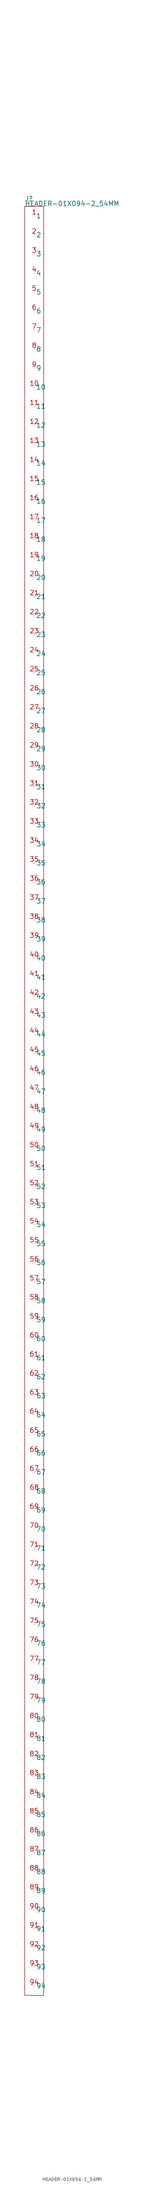
<source format=kicad_sym>
(kicad_symbol_lib
  (version 20211014)
  (generator kicad_symbol_editor)
  (symbol "HEADER-01X094-2_54MM"
    (pin_names)
    (property "Reference" "J"
      (at -2.54 240.03 0)
      (effects (font (size 1.27 1.27)) (justify left bottom)))
    (property "Value" "HEADER-01X094-2_54MM"
      (at -2.54 238.76 0)
      (effects (font (size 1.27 1.27)) (justify left bottom)))
    (property "Datasheet" ""
      (at 0 0 0))
    (property "ki_description" "Header 1x94  - Header Vertical 94POS 2.54MM Technical Specifications: Pitch: 0.1\" (2.54mm) "
      (at 0 0 0))
    (property "ki_fp_filters" "FlashPCB_Connectors:HEADER-THT-01X094-2_54MM FlashPCB_Connectors:HEADER-THT-LONG-01X094-2_54MM FlashPCB_Connectors:HEADER-THT-NOSILK-01X094-2_54MM FlashPCB_Connectors:HEADER-THT-LONG-NOSILK-01X094-2_54MM"
      (at 0 0 0))
    (symbol "HEADER-01X094-2_54MM_1_1"
      (polyline (pts (xy -2.54 238.76) (xy 2.54 238.76)) (stroke (width 0.127)) (fill (type none)))
      (polyline (pts (xy 2.54 238.76) (xy 2.54 -238.76)) (stroke (width 0.127)) (fill (type none)))
      (polyline (pts (xy 2.54 -238.76) (xy -2.54 -238.76)) (stroke (width 0.127)) (fill (type none)))
      (polyline (pts (xy -2.54 -238.76) (xy -2.54 238.76)) (stroke (width 0.127)) (fill (type none)))
      (pin bidirectional line (at 0 236.22 0) (length 0) (name "1" (effects (font (size 1.27 1.27)))) (number "1" (effects (font (size 1.27 1.27)))))
      (pin bidirectional line (at 0 231.14 0) (length 0) (name "2" (effects (font (size 1.27 1.27)))) (number "2" (effects (font (size 1.27 1.27)))))
      (pin bidirectional line (at 0 226.06 0) (length 0) (name "3" (effects (font (size 1.27 1.27)))) (number "3" (effects (font (size 1.27 1.27)))))
      (pin bidirectional line (at 0 220.98 0) (length 0) (name "4" (effects (font (size 1.27 1.27)))) (number "4" (effects (font (size 1.27 1.27)))))
      (pin bidirectional line (at 0 215.9 0) (length 0) (name "5" (effects (font (size 1.27 1.27)))) (number "5" (effects (font (size 1.27 1.27)))))
      (pin bidirectional line (at 0 210.82 0) (length 0) (name "6" (effects (font (size 1.27 1.27)))) (number "6" (effects (font (size 1.27 1.27)))))
      (pin bidirectional line (at 0 205.74 0) (length 0) (name "7" (effects (font (size 1.27 1.27)))) (number "7" (effects (font (size 1.27 1.27)))))
      (pin bidirectional line (at 0 200.66 0) (length 0) (name "8" (effects (font (size 1.27 1.27)))) (number "8" (effects (font (size 1.27 1.27)))))
      (pin bidirectional line (at 0 195.58 0) (length 0) (name "9" (effects (font (size 1.27 1.27)))) (number "9" (effects (font (size 1.27 1.27)))))
      (pin bidirectional line (at 0 190.5 0) (length 0) (name "10" (effects (font (size 1.27 1.27)))) (number "10" (effects (font (size 1.27 1.27)))))
      (pin bidirectional line (at 0 185.42 0) (length 0) (name "11" (effects (font (size 1.27 1.27)))) (number "11" (effects (font (size 1.27 1.27)))))
      (pin bidirectional line (at 0 180.34 0) (length 0) (name "12" (effects (font (size 1.27 1.27)))) (number "12" (effects (font (size 1.27 1.27)))))
      (pin bidirectional line (at 0 175.26 0) (length 0) (name "13" (effects (font (size 1.27 1.27)))) (number "13" (effects (font (size 1.27 1.27)))))
      (pin bidirectional line (at 0 170.18 0) (length 0) (name "14" (effects (font (size 1.27 1.27)))) (number "14" (effects (font (size 1.27 1.27)))))
      (pin bidirectional line (at 0 165.1 0) (length 0) (name "15" (effects (font (size 1.27 1.27)))) (number "15" (effects (font (size 1.27 1.27)))))
      (pin bidirectional line (at 0 160.02 0) (length 0) (name "16" (effects (font (size 1.27 1.27)))) (number "16" (effects (font (size 1.27 1.27)))))
      (pin bidirectional line (at 0 154.94 0) (length 0) (name "17" (effects (font (size 1.27 1.27)))) (number "17" (effects (font (size 1.27 1.27)))))
      (pin bidirectional line (at 0 149.86 0) (length 0) (name "18" (effects (font (size 1.27 1.27)))) (number "18" (effects (font (size 1.27 1.27)))))
      (pin bidirectional line (at 0 144.78 0) (length 0) (name "19" (effects (font (size 1.27 1.27)))) (number "19" (effects (font (size 1.27 1.27)))))
      (pin bidirectional line (at 0 139.7 0) (length 0) (name "20" (effects (font (size 1.27 1.27)))) (number "20" (effects (font (size 1.27 1.27)))))
      (pin bidirectional line (at 0 134.62 0) (length 0) (name "21" (effects (font (size 1.27 1.27)))) (number "21" (effects (font (size 1.27 1.27)))))
      (pin bidirectional line (at 0 129.54 0) (length 0) (name "22" (effects (font (size 1.27 1.27)))) (number "22" (effects (font (size 1.27 1.27)))))
      (pin bidirectional line (at 0 124.46 0) (length 0) (name "23" (effects (font (size 1.27 1.27)))) (number "23" (effects (font (size 1.27 1.27)))))
      (pin bidirectional line (at 0 119.38 0) (length 0) (name "24" (effects (font (size 1.27 1.27)))) (number "24" (effects (font (size 1.27 1.27)))))
      (pin bidirectional line (at 0 114.3 0) (length 0) (name "25" (effects (font (size 1.27 1.27)))) (number "25" (effects (font (size 1.27 1.27)))))
      (pin bidirectional line (at 0 109.22 0) (length 0) (name "26" (effects (font (size 1.27 1.27)))) (number "26" (effects (font (size 1.27 1.27)))))
      (pin bidirectional line (at 0 104.14 0) (length 0) (name "27" (effects (font (size 1.27 1.27)))) (number "27" (effects (font (size 1.27 1.27)))))
      (pin bidirectional line (at 0 99.06 0) (length 0) (name "28" (effects (font (size 1.27 1.27)))) (number "28" (effects (font (size 1.27 1.27)))))
      (pin bidirectional line (at 0 93.98 0) (length 0) (name "29" (effects (font (size 1.27 1.27)))) (number "29" (effects (font (size 1.27 1.27)))))
      (pin bidirectional line (at 0 88.9 0) (length 0) (name "30" (effects (font (size 1.27 1.27)))) (number "30" (effects (font (size 1.27 1.27)))))
      (pin bidirectional line (at 0 83.82 0) (length 0) (name "31" (effects (font (size 1.27 1.27)))) (number "31" (effects (font (size 1.27 1.27)))))
      (pin bidirectional line (at 0 78.74 0) (length 0) (name "32" (effects (font (size 1.27 1.27)))) (number "32" (effects (font (size 1.27 1.27)))))
      (pin bidirectional line (at 0 73.66 0) (length 0) (name "33" (effects (font (size 1.27 1.27)))) (number "33" (effects (font (size 1.27 1.27)))))
      (pin bidirectional line (at 0 68.58 0) (length 0) (name "34" (effects (font (size 1.27 1.27)))) (number "34" (effects (font (size 1.27 1.27)))))
      (pin bidirectional line (at 0 63.5 0) (length 0) (name "35" (effects (font (size 1.27 1.27)))) (number "35" (effects (font (size 1.27 1.27)))))
      (pin bidirectional line (at 0 58.42 0) (length 0) (name "36" (effects (font (size 1.27 1.27)))) (number "36" (effects (font (size 1.27 1.27)))))
      (pin bidirectional line (at 0 53.34 0) (length 0) (name "37" (effects (font (size 1.27 1.27)))) (number "37" (effects (font (size 1.27 1.27)))))
      (pin bidirectional line (at 0 48.26 0) (length 0) (name "38" (effects (font (size 1.27 1.27)))) (number "38" (effects (font (size 1.27 1.27)))))
      (pin bidirectional line (at 0 43.18 0) (length 0) (name "39" (effects (font (size 1.27 1.27)))) (number "39" (effects (font (size 1.27 1.27)))))
      (pin bidirectional line (at 0 38.1 0) (length 0) (name "40" (effects (font (size 1.27 1.27)))) (number "40" (effects (font (size 1.27 1.27)))))
      (pin bidirectional line (at 0 33.02 0) (length 0) (name "41" (effects (font (size 1.27 1.27)))) (number "41" (effects (font (size 1.27 1.27)))))
      (pin bidirectional line (at 0 27.94 0) (length 0) (name "42" (effects (font (size 1.27 1.27)))) (number "42" (effects (font (size 1.27 1.27)))))
      (pin bidirectional line (at 0 22.86 0) (length 0) (name "43" (effects (font (size 1.27 1.27)))) (number "43" (effects (font (size 1.27 1.27)))))
      (pin bidirectional line (at 0 17.78 0) (length 0) (name "44" (effects (font (size 1.27 1.27)))) (number "44" (effects (font (size 1.27 1.27)))))
      (pin bidirectional line (at 0 12.7 0) (length 0) (name "45" (effects (font (size 1.27 1.27)))) (number "45" (effects (font (size 1.27 1.27)))))
      (pin bidirectional line (at 0 7.62 0) (length 0) (name "46" (effects (font (size 1.27 1.27)))) (number "46" (effects (font (size 1.27 1.27)))))
      (pin bidirectional line (at 0 2.54 0) (length 0) (name "47" (effects (font (size 1.27 1.27)))) (number "47" (effects (font (size 1.27 1.27)))))
      (pin bidirectional line (at 0 -2.54 0) (length 0) (name "48" (effects (font (size 1.27 1.27)))) (number "48" (effects (font (size 1.27 1.27)))))
      (pin bidirectional line (at 0 -7.62 0) (length 0) (name "49" (effects (font (size 1.27 1.27)))) (number "49" (effects (font (size 1.27 1.27)))))
      (pin bidirectional line (at 0 -12.7 0) (length 0) (name "50" (effects (font (size 1.27 1.27)))) (number "50" (effects (font (size 1.27 1.27)))))
      (pin bidirectional line (at 0 -17.78 0) (length 0) (name "51" (effects (font (size 1.27 1.27)))) (number "51" (effects (font (size 1.27 1.27)))))
      (pin bidirectional line (at 0 -22.86 0) (length 0) (name "52" (effects (font (size 1.27 1.27)))) (number "52" (effects (font (size 1.27 1.27)))))
      (pin bidirectional line (at 0 -27.94 0) (length 0) (name "53" (effects (font (size 1.27 1.27)))) (number "53" (effects (font (size 1.27 1.27)))))
      (pin bidirectional line (at 0 -33.02 0) (length 0) (name "54" (effects (font (size 1.27 1.27)))) (number "54" (effects (font (size 1.27 1.27)))))
      (pin bidirectional line (at 0 -38.1 0) (length 0) (name "55" (effects (font (size 1.27 1.27)))) (number "55" (effects (font (size 1.27 1.27)))))
      (pin bidirectional line (at 0 -43.18 0) (length 0) (name "56" (effects (font (size 1.27 1.27)))) (number "56" (effects (font (size 1.27 1.27)))))
      (pin bidirectional line (at 0 -48.26 0) (length 0) (name "57" (effects (font (size 1.27 1.27)))) (number "57" (effects (font (size 1.27 1.27)))))
      (pin bidirectional line (at 0 -53.34 0) (length 0) (name "58" (effects (font (size 1.27 1.27)))) (number "58" (effects (font (size 1.27 1.27)))))
      (pin bidirectional line (at 0 -58.42 0) (length 0) (name "59" (effects (font (size 1.27 1.27)))) (number "59" (effects (font (size 1.27 1.27)))))
      (pin bidirectional line (at 0 -63.5 0) (length 0) (name "60" (effects (font (size 1.27 1.27)))) (number "60" (effects (font (size 1.27 1.27)))))
      (pin bidirectional line (at 0 -68.58 0) (length 0) (name "61" (effects (font (size 1.27 1.27)))) (number "61" (effects (font (size 1.27 1.27)))))
      (pin bidirectional line (at 0 -73.66 0) (length 0) (name "62" (effects (font (size 1.27 1.27)))) (number "62" (effects (font (size 1.27 1.27)))))
      (pin bidirectional line (at 0 -78.74 0) (length 0) (name "63" (effects (font (size 1.27 1.27)))) (number "63" (effects (font (size 1.27 1.27)))))
      (pin bidirectional line (at 0 -83.82 0) (length 0) (name "64" (effects (font (size 1.27 1.27)))) (number "64" (effects (font (size 1.27 1.27)))))
      (pin bidirectional line (at 0 -88.9 0) (length 0) (name "65" (effects (font (size 1.27 1.27)))) (number "65" (effects (font (size 1.27 1.27)))))
      (pin bidirectional line (at 0 -93.98 0) (length 0) (name "66" (effects (font (size 1.27 1.27)))) (number "66" (effects (font (size 1.27 1.27)))))
      (pin bidirectional line (at 0 -99.06 0) (length 0) (name "67" (effects (font (size 1.27 1.27)))) (number "67" (effects (font (size 1.27 1.27)))))
      (pin bidirectional line (at 0 -104.14 0) (length 0) (name "68" (effects (font (size 1.27 1.27)))) (number "68" (effects (font (size 1.27 1.27)))))
      (pin bidirectional line (at 0 -109.22 0) (length 0) (name "69" (effects (font (size 1.27 1.27)))) (number "69" (effects (font (size 1.27 1.27)))))
      (pin bidirectional line (at 0 -114.3 0) (length 0) (name "70" (effects (font (size 1.27 1.27)))) (number "70" (effects (font (size 1.27 1.27)))))
      (pin bidirectional line (at 0 -119.38 0) (length 0) (name "71" (effects (font (size 1.27 1.27)))) (number "71" (effects (font (size 1.27 1.27)))))
      (pin bidirectional line (at 0 -124.46 0) (length 0) (name "72" (effects (font (size 1.27 1.27)))) (number "72" (effects (font (size 1.27 1.27)))))
      (pin bidirectional line (at 0 -129.54 0) (length 0) (name "73" (effects (font (size 1.27 1.27)))) (number "73" (effects (font (size 1.27 1.27)))))
      (pin bidirectional line (at 0 -134.62 0) (length 0) (name "74" (effects (font (size 1.27 1.27)))) (number "74" (effects (font (size 1.27 1.27)))))
      (pin bidirectional line (at 0 -139.7 0) (length 0) (name "75" (effects (font (size 1.27 1.27)))) (number "75" (effects (font (size 1.27 1.27)))))
      (pin bidirectional line (at 0 -144.78 0) (length 0) (name "76" (effects (font (size 1.27 1.27)))) (number "76" (effects (font (size 1.27 1.27)))))
      (pin bidirectional line (at 0 -149.86 0) (length 0) (name "77" (effects (font (size 1.27 1.27)))) (number "77" (effects (font (size 1.27 1.27)))))
      (pin bidirectional line (at 0 -154.94 0) (length 0) (name "78" (effects (font (size 1.27 1.27)))) (number "78" (effects (font (size 1.27 1.27)))))
      (pin bidirectional line (at 0 -160.02 0) (length 0) (name "79" (effects (font (size 1.27 1.27)))) (number "79" (effects (font (size 1.27 1.27)))))
      (pin bidirectional line (at 0 -165.1 0) (length 0) (name "80" (effects (font (size 1.27 1.27)))) (number "80" (effects (font (size 1.27 1.27)))))
      (pin bidirectional line (at 0 -170.18 0) (length 0) (name "81" (effects (font (size 1.27 1.27)))) (number "81" (effects (font (size 1.27 1.27)))))
      (pin bidirectional line (at 0 -175.26 0) (length 0) (name "82" (effects (font (size 1.27 1.27)))) (number "82" (effects (font (size 1.27 1.27)))))
      (pin bidirectional line (at 0 -180.34 0) (length 0) (name "83" (effects (font (size 1.27 1.27)))) (number "83" (effects (font (size 1.27 1.27)))))
      (pin bidirectional line (at 0 -185.42 0) (length 0) (name "84" (effects (font (size 1.27 1.27)))) (number "84" (effects (font (size 1.27 1.27)))))
      (pin bidirectional line (at 0 -190.5 0) (length 0) (name "85" (effects (font (size 1.27 1.27)))) (number "85" (effects (font (size 1.27 1.27)))))
      (pin bidirectional line (at 0 -195.58 0) (length 0) (name "86" (effects (font (size 1.27 1.27)))) (number "86" (effects (font (size 1.27 1.27)))))
      (pin bidirectional line (at 0 -200.66 0) (length 0) (name "87" (effects (font (size 1.27 1.27)))) (number "87" (effects (font (size 1.27 1.27)))))
      (pin bidirectional line (at 0 -205.74 0) (length 0) (name "88" (effects (font (size 1.27 1.27)))) (number "88" (effects (font (size 1.27 1.27)))))
      (pin bidirectional line (at 0 -210.82 0) (length 0) (name "89" (effects (font (size 1.27 1.27)))) (number "89" (effects (font (size 1.27 1.27)))))
      (pin bidirectional line (at 0 -215.9 0) (length 0) (name "90" (effects (font (size 1.27 1.27)))) (number "90" (effects (font (size 1.27 1.27)))))
      (pin bidirectional line (at 0 -220.98 0) (length 0) (name "91" (effects (font (size 1.27 1.27)))) (number "91" (effects (font (size 1.27 1.27)))))
      (pin bidirectional line (at 0 -226.06 0) (length 0) (name "92" (effects (font (size 1.27 1.27)))) (number "92" (effects (font (size 1.27 1.27)))))
      (pin bidirectional line (at 0 -231.14 0) (length 0) (name "93" (effects (font (size 1.27 1.27)))) (number "93" (effects (font (size 1.27 1.27)))))
      (pin bidirectional line (at 0 -236.22 0) (length 0) (name "94" (effects (font (size 1.27 1.27)))) (number "94" (effects (font (size 1.27 1.27))))))))
</source>
